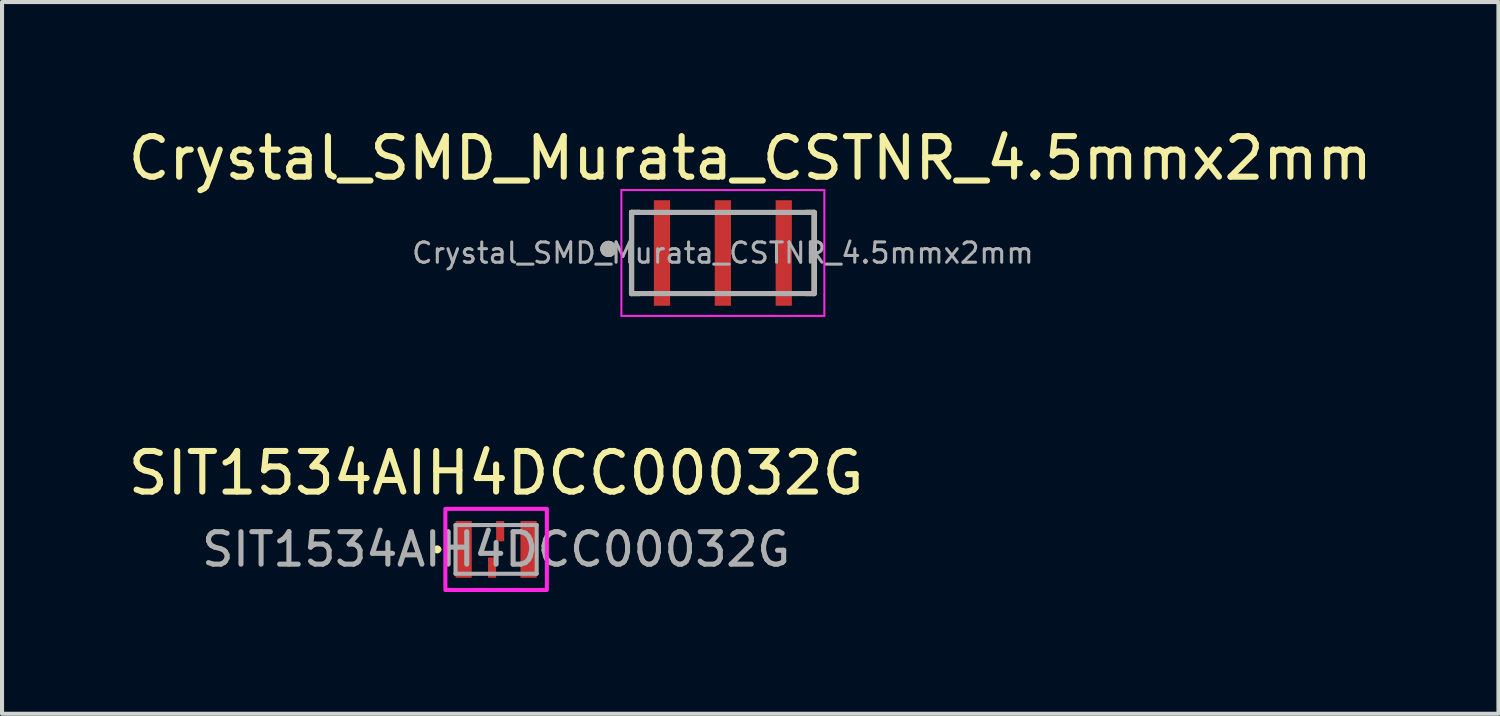
<source format=kicad_pcb>
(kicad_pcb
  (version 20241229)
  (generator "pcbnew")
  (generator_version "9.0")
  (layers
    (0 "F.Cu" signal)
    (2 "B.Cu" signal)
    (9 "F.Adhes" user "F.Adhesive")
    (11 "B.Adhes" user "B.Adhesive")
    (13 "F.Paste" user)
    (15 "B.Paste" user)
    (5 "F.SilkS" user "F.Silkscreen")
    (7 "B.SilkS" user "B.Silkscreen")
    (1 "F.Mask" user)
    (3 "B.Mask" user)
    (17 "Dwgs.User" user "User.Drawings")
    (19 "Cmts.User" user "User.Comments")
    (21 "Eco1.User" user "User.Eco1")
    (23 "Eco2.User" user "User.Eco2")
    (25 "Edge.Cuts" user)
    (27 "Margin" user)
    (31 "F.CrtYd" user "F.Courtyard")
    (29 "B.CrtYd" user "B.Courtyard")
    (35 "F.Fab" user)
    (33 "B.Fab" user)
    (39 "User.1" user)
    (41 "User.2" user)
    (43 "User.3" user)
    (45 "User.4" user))
  (footprint "SIT1534AIH4DCC00032G"
    (layer "F.Cu")
    (at 9.173 10.486)
    (property "Reference" "SIT1534AIH4DCC00032G" (at 0 -1.88 0) (layer "F.SilkS") (effects (font (size 1 1) (thickness 0.15))))
    (attr smd)
    (fp_line (start -1.5 0) (end -1.5 0) (stroke (width 0.1) (type solid)) (layer "F.SilkS"))
    (fp_line (start -1.4 0) (end -1.4 0) (stroke (width 0.1) (type solid)) (layer "F.SilkS"))
    (fp_arc (start -1.5 0) (mid -1.45 -0.05) (end -1.4 0) (stroke (width 0.1) (type solid)) (layer "F.SilkS"))
    (fp_arc (start -1.4 0) (mid -1.45 0.05) (end -1.5 0) (stroke (width 0.1) (type solid)) (layer "F.SilkS"))
    (fp_rect (start -1.25 -1) (end 1.25 1) (stroke (width 0.1) (type default)) (fill no) (layer "F.CrtYd"))
    (fp_line (start -1 -0.6) (end 1 -0.6) (stroke (width 0.1) (type solid)) (layer "F.Fab"))
    (fp_line (start -1 0.6) (end -1 -0.6) (stroke (width 0.1) (type solid)) (layer "F.Fab"))
    (fp_line (start 1 -0.6) (end 1 0.6) (stroke (width 0.1) (type solid)) (layer "F.Fab"))
    (fp_line (start 1 0.6) (end -1 0.6) (stroke (width 0.1) (type solid)) (layer "F.Fab"))
    (fp_text user "${REFERENCE}" (at 0 0 0) (layer "F.Fab") (effects (font (size 0.8 0.8) (thickness 0.125))))
    (pad "1" smd rect (at -0.8 0) (size 0.4 1.4) (layers "F.Cu" "F.Mask" "F.Paste"))
    (pad "2" smd rect (at -0.1 0.45) (size 0.2 0.5) (layers "F.Cu" "F.Mask" "F.Paste"))
    (pad "3" smd rect (at 0.8 0) (size 0.4 1.4) (layers "F.Cu" "F.Mask" "F.Paste"))
    (pad "4" smd rect (at 0.1 -0.45) (size 0.2 0.5) (layers "F.Cu" "F.Mask" "F.Paste")))
  (footprint "Crystal_SMD_Murata_CSTNR_4.5mmx2mm"
    (layer "F.Cu")
    (at 14.76 3.183)
    (property "Reference" "Crystal_SMD_Murata_CSTNR_4.5mmx2mm" (at 0.675 -2.335 0) (layer "F.SilkS") (effects (font (size 1 1) (thickness 0.15))))
    (attr smd)
    (fp_line (start -2.25 -1) (end -2.25 1) (stroke (width 0.127) (type solid)) (layer "F.SilkS"))
    (fp_line (start -2.25 -1) (end -2.05 -1) (stroke (width 0.127) (type solid)) (layer "F.SilkS"))
    (fp_line (start -2.25 1) (end -2.05 1) (stroke (width 0.127) (type solid)) (layer "F.SilkS"))
    (fp_line (start 2.25 -1) (end 2.05 -1) (stroke (width 0.127) (type solid)) (layer "F.SilkS"))
    (fp_line (start 2.25 -1) (end 2.25 1) (stroke (width 0.127) (type solid)) (layer "F.SilkS"))
    (fp_line (start 2.25 1) (end 2.05 1) (stroke (width 0.127) (type solid)) (layer "F.SilkS"))
    (fp_circle (center -2.82 -0.1) (end -2.72 -0.1) (stroke (width 0.2) (type solid)) (fill no) (layer "F.SilkS"))
    (fp_line (start -2.5 -1.55) (end 2.5 -1.55) (stroke (width 0.05) (type solid)) (layer "F.CrtYd"))
    (fp_line (start -2.5 1.55) (end -2.5 -1.55) (stroke (width 0.05) (type solid)) (layer "F.CrtYd"))
    (fp_line (start 2.5 -1.55) (end 2.5 1.55) (stroke (width 0.05) (type solid)) (layer "F.CrtYd"))
    (fp_line (start 2.5 1.55) (end -2.5 1.55) (stroke (width 0.05) (type solid)) (layer "F.CrtYd"))
    (fp_line (start -2.25 -1) (end -2.25 1) (stroke (width 0.127) (type solid)) (layer "F.Fab"))
    (fp_line (start -2.25 -1) (end 2.25 -1) (stroke (width 0.127) (type solid)) (layer "F.Fab"))
    (fp_line (start 2.25 -1) (end 2.25 1) (stroke (width 0.127) (type solid)) (layer "F.Fab"))
    (fp_line (start 2.25 1) (end -2.25 1) (stroke (width 0.127) (type solid)) (layer "F.Fab"))
    (fp_circle (center -2.82 -0.1) (end -2.72 -0.1) (stroke (width 0.2) (type solid)) (fill no) (layer "F.Fab"))
    (fp_text user "${REFERENCE}" (at 0 0 0) (layer "F.Fab") (effects (font (size 0.5 0.5) (thickness 0.075))))
    (pad "1" smd rect (at -1.5 0) (size 0.4 2.6) (layers "F.Cu" "F.Mask" "F.Paste"))
    (pad "2" smd rect (at 0 0) (size 0.4 2.6) (layers "F.Cu" "F.Mask" "F.Paste"))
    (pad "3" smd rect (at 1.5 0) (size 0.4 2.6) (layers "F.Cu" "F.Mask" "F.Paste")))
  (gr_rect
    (start -3 -3)
    (end 33.869 14.536)
    (stroke (width 0.1) (type default))
    (fill no)
    (layer "Edge.Cuts")))
</source>
